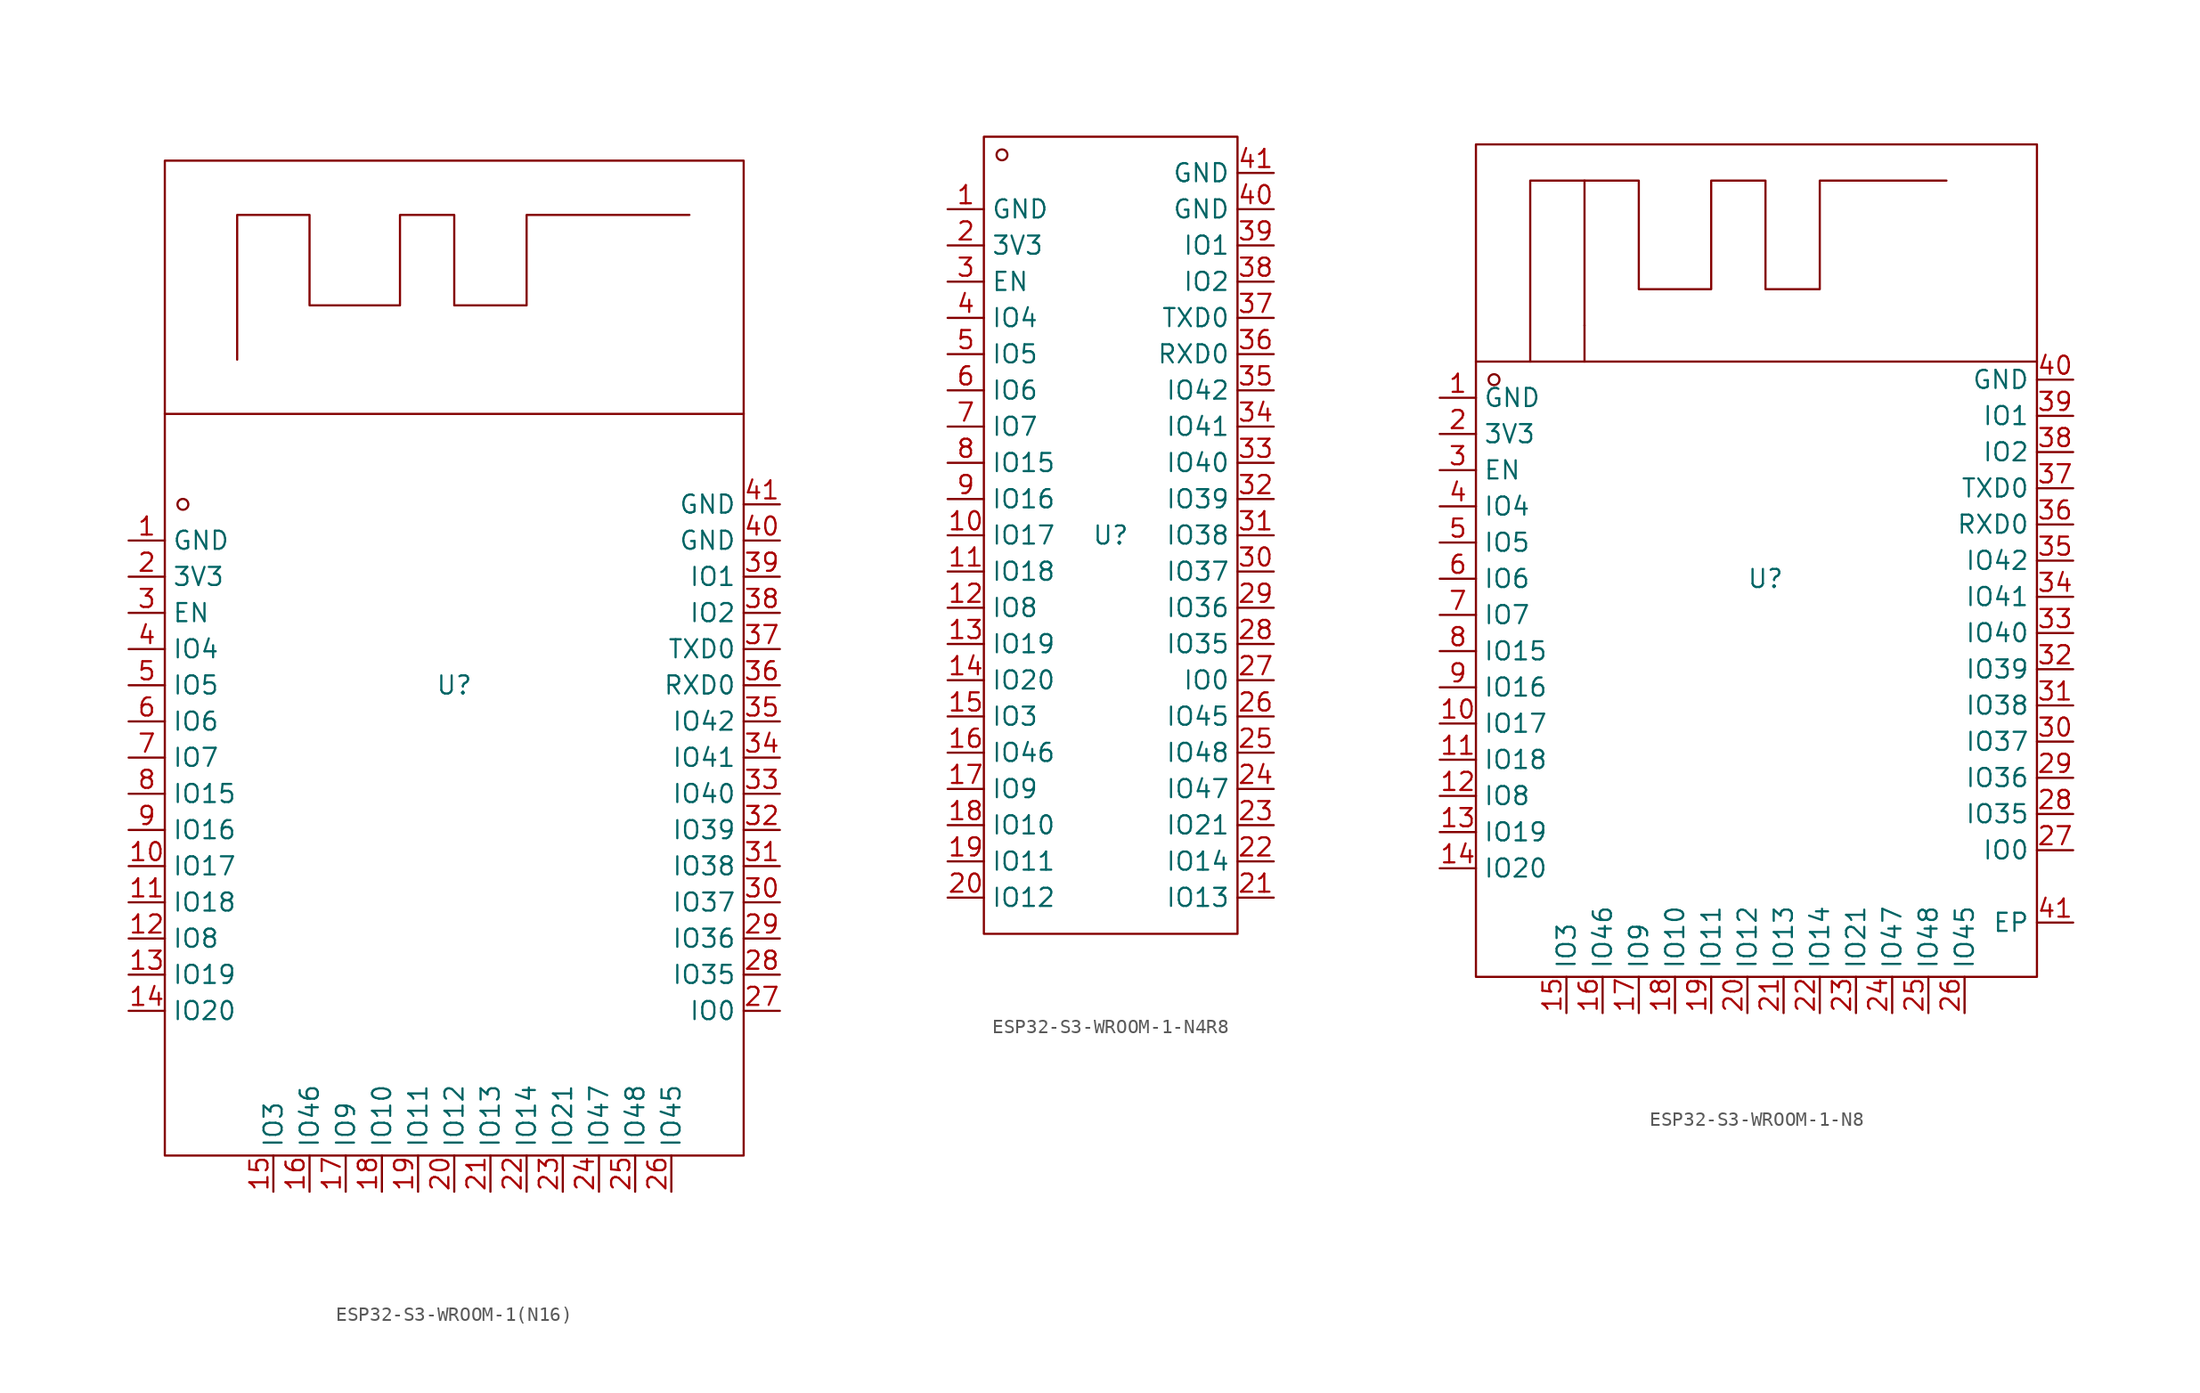
<source format=kicad_sym>
(kicad_symbol_lib
  (version 20231120)
  (generator "kicad_symbol_editor")
  (generator_version "8.0")
  (symbol "ESP32-S3-WROOM-1(N16)"
    (property "Reference" "U"
      (at 0 0 0)
      (effects (font (size 1.27 1.27))))
    (property "Value" ""
      (at 0 0 0)
      (effects (font (size 1.27 1.27))))
    (symbol "ESP32-S3-WROOM-1(N16)_1_0"
      (rectangle (start -20.32 -33.02) (end 20.32 36.83) (stroke (width 0) (type default)) (fill (type none)))
      (circle (center -19.05 12.7) (radius 0.381) (stroke (width 0) (type default)) (fill (type none)))
      (polyline (pts (xy 20.32 19.05) (xy -20.32 19.05)) (stroke (width 0) (type default)) (fill (type none)))
      (polyline (pts (xy -15.24 22.86) (xy -15.24 33.02) (xy -15.24 33.02) (xy -10.16 33.02) (xy -10.16 33.02) (xy -10.16 26.67) (xy -10.16 26.67) (xy -3.81 26.67) (xy -3.81 26.67) (xy -3.81 33.02) (xy -3.81 33.02) (xy 0 33.02) (xy 0 33.02) (xy 0 26.67) (xy 0 26.67) (xy 5.08 26.67) (xy 5.08 26.67) (xy 5.08 33.02) (xy 5.08 33.02) (xy 16.51 33.02)) (stroke (width 0) (type default)) (fill (type none)))
      (pin input line (at -22.86 10.16 0) (length 2.54) (name "GND" (effects (font (size 1.27 1.27)))) (number "1" (effects (font (size 1.27 1.27)))))
      (pin input line (at -22.86 -12.7 0) (length 2.54) (name "IO17" (effects (font (size 1.27 1.27)))) (number "10" (effects (font (size 1.27 1.27)))))
      (pin input line (at -22.86 -15.24 0) (length 2.54) (name "IO18" (effects (font (size 1.27 1.27)))) (number "11" (effects (font (size 1.27 1.27)))))
      (pin input line (at -22.86 -17.78 0) (length 2.54) (name "IO8" (effects (font (size 1.27 1.27)))) (number "12" (effects (font (size 1.27 1.27)))))
      (pin input line (at -22.86 -20.32 0) (length 2.54) (name "IO19" (effects (font (size 1.27 1.27)))) (number "13" (effects (font (size 1.27 1.27)))))
      (pin input line (at -22.86 -22.86 0) (length 2.54) (name "IO20" (effects (font (size 1.27 1.27)))) (number "14" (effects (font (size 1.27 1.27)))))
      (pin input line (at -12.7 -35.56 90) (length 2.54) (name "IO3" (effects (font (size 1.27 1.27)))) (number "15" (effects (font (size 1.27 1.27)))))
      (pin input line (at -10.16 -35.56 90) (length 2.54) (name "IO46" (effects (font (size 1.27 1.27)))) (number "16" (effects (font (size 1.27 1.27)))))
      (pin input line (at -7.62 -35.56 90) (length 2.54) (name "IO9" (effects (font (size 1.27 1.27)))) (number "17" (effects (font (size 1.27 1.27)))))
      (pin input line (at -5.08 -35.56 90) (length 2.54) (name "IO10" (effects (font (size 1.27 1.27)))) (number "18" (effects (font (size 1.27 1.27)))))
      (pin input line (at -2.54 -35.56 90) (length 2.54) (name "IO11" (effects (font (size 1.27 1.27)))) (number "19" (effects (font (size 1.27 1.27)))))
      (pin input line (at -22.86 7.62 0) (length 2.54) (name "3V3" (effects (font (size 1.27 1.27)))) (number "2" (effects (font (size 1.27 1.27)))))
      (pin input line (at 0 -35.56 90) (length 2.54) (name "IO12" (effects (font (size 1.27 1.27)))) (number "20" (effects (font (size 1.27 1.27)))))
      (pin input line (at 2.54 -35.56 90) (length 2.54) (name "IO13" (effects (font (size 1.27 1.27)))) (number "21" (effects (font (size 1.27 1.27)))))
      (pin input line (at 5.08 -35.56 90) (length 2.54) (name "IO14" (effects (font (size 1.27 1.27)))) (number "22" (effects (font (size 1.27 1.27)))))
      (pin input line (at 7.62 -35.56 90) (length 2.54) (name "IO21" (effects (font (size 1.27 1.27)))) (number "23" (effects (font (size 1.27 1.27)))))
      (pin input line (at 10.16 -35.56 90) (length 2.54) (name "IO47" (effects (font (size 1.27 1.27)))) (number "24" (effects (font (size 1.27 1.27)))))
      (pin input line (at 12.7 -35.56 90) (length 2.54) (name "IO48" (effects (font (size 1.27 1.27)))) (number "25" (effects (font (size 1.27 1.27)))))
      (pin input line (at 15.24 -35.56 90) (length 2.54) (name "IO45" (effects (font (size 1.27 1.27)))) (number "26" (effects (font (size 1.27 1.27)))))
      (pin input line (at 22.86 -22.86 180) (length 2.54) (name "IO0" (effects (font (size 1.27 1.27)))) (number "27" (effects (font (size 1.27 1.27)))))
      (pin input line (at 22.86 -20.32 180) (length 2.54) (name "IO35" (effects (font (size 1.27 1.27)))) (number "28" (effects (font (size 1.27 1.27)))))
      (pin input line (at 22.86 -17.78 180) (length 2.54) (name "IO36" (effects (font (size 1.27 1.27)))) (number "29" (effects (font (size 1.27 1.27)))))
      (pin input line (at -22.86 5.08 0) (length 2.54) (name "EN" (effects (font (size 1.27 1.27)))) (number "3" (effects (font (size 1.27 1.27)))))
      (pin input line (at 22.86 -15.24 180) (length 2.54) (name "IO37" (effects (font (size 1.27 1.27)))) (number "30" (effects (font (size 1.27 1.27)))))
      (pin input line (at 22.86 -12.7 180) (length 2.54) (name "IO38" (effects (font (size 1.27 1.27)))) (number "31" (effects (font (size 1.27 1.27)))))
      (pin input line (at 22.86 -10.16 180) (length 2.54) (name "IO39" (effects (font (size 1.27 1.27)))) (number "32" (effects (font (size 1.27 1.27)))))
      (pin input line (at 22.86 -7.62 180) (length 2.54) (name "IO40" (effects (font (size 1.27 1.27)))) (number "33" (effects (font (size 1.27 1.27)))))
      (pin input line (at 22.86 -5.08 180) (length 2.54) (name "IO41" (effects (font (size 1.27 1.27)))) (number "34" (effects (font (size 1.27 1.27)))))
      (pin input line (at 22.86 -2.54 180) (length 2.54) (name "IO42" (effects (font (size 1.27 1.27)))) (number "35" (effects (font (size 1.27 1.27)))))
      (pin input line (at 22.86 0 180) (length 2.54) (name "RXD0" (effects (font (size 1.27 1.27)))) (number "36" (effects (font (size 1.27 1.27)))))
      (pin input line (at 22.86 2.54 180) (length 2.54) (name "TXD0" (effects (font (size 1.27 1.27)))) (number "37" (effects (font (size 1.27 1.27)))))
      (pin input line (at 22.86 5.08 180) (length 2.54) (name "IO2" (effects (font (size 1.27 1.27)))) (number "38" (effects (font (size 1.27 1.27)))))
      (pin input line (at 22.86 7.62 180) (length 2.54) (name "IO1" (effects (font (size 1.27 1.27)))) (number "39" (effects (font (size 1.27 1.27)))))
      (pin input line (at -22.86 2.54 0) (length 2.54) (name "IO4" (effects (font (size 1.27 1.27)))) (number "4" (effects (font (size 1.27 1.27)))))
      (pin input line (at 22.86 10.16 180) (length 2.54) (name "GND" (effects (font (size 1.27 1.27)))) (number "40" (effects (font (size 1.27 1.27)))))
      (pin input line (at 22.86 12.7 180) (length 2.54) (name "GND" (effects (font (size 1.27 1.27)))) (number "41" (effects (font (size 1.27 1.27)))))
      (pin input line (at -22.86 0 0) (length 2.54) (name "IO5" (effects (font (size 1.27 1.27)))) (number "5" (effects (font (size 1.27 1.27)))))
      (pin input line (at -22.86 -2.54 0) (length 2.54) (name "IO6" (effects (font (size 1.27 1.27)))) (number "6" (effects (font (size 1.27 1.27)))))
      (pin input line (at -22.86 -5.08 0) (length 2.54) (name "IO7" (effects (font (size 1.27 1.27)))) (number "7" (effects (font (size 1.27 1.27)))))
      (pin input line (at -22.86 -7.62 0) (length 2.54) (name "IO15" (effects (font (size 1.27 1.27)))) (number "8" (effects (font (size 1.27 1.27)))))
      (pin input line (at -22.86 -10.16 0) (length 2.54) (name "IO16" (effects (font (size 1.27 1.27)))) (number "9" (effects (font (size 1.27 1.27)))))))
  (symbol "ESP32-S3-WROOM-1-N4R8"
    (property "Reference" "U"
      (at 0 0 0)
      (effects (font (size 1.27 1.27))))
    (property "Value" ""
      (at 0 0 0)
      (effects (font (size 1.27 1.27))))
    (symbol "ESP32-S3-WROOM-1-N4R8_1_0"
      (rectangle (start -8.89 -27.94) (end 8.89 27.94) (stroke (width 0) (type default)) (fill (type none)))
      (circle (center -7.62 26.67) (radius 0.381) (stroke (width 0) (type default)) (fill (type none)))
      (pin input line (at -11.43 22.86 0) (length 2.54) (name "GND" (effects (font (size 1.27 1.27)))) (number "1" (effects (font (size 1.27 1.27)))))
      (pin input line (at -11.43 0 0) (length 2.54) (name "IO17" (effects (font (size 1.27 1.27)))) (number "10" (effects (font (size 1.27 1.27)))))
      (pin input line (at -11.43 -2.54 0) (length 2.54) (name "IO18" (effects (font (size 1.27 1.27)))) (number "11" (effects (font (size 1.27 1.27)))))
      (pin input line (at -11.43 -5.08 0) (length 2.54) (name "IO8" (effects (font (size 1.27 1.27)))) (number "12" (effects (font (size 1.27 1.27)))))
      (pin input line (at -11.43 -7.62 0) (length 2.54) (name "IO19" (effects (font (size 1.27 1.27)))) (number "13" (effects (font (size 1.27 1.27)))))
      (pin input line (at -11.43 -10.16 0) (length 2.54) (name "IO20" (effects (font (size 1.27 1.27)))) (number "14" (effects (font (size 1.27 1.27)))))
      (pin input line (at -11.43 -12.7 0) (length 2.54) (name "IO3" (effects (font (size 1.27 1.27)))) (number "15" (effects (font (size 1.27 1.27)))))
      (pin input line (at -11.43 -15.24 0) (length 2.54) (name "IO46" (effects (font (size 1.27 1.27)))) (number "16" (effects (font (size 1.27 1.27)))))
      (pin input line (at -11.43 -17.78 0) (length 2.54) (name "IO9" (effects (font (size 1.27 1.27)))) (number "17" (effects (font (size 1.27 1.27)))))
      (pin input line (at -11.43 -20.32 0) (length 2.54) (name "IO10" (effects (font (size 1.27 1.27)))) (number "18" (effects (font (size 1.27 1.27)))))
      (pin input line (at -11.43 -22.86 0) (length 2.54) (name "IO11" (effects (font (size 1.27 1.27)))) (number "19" (effects (font (size 1.27 1.27)))))
      (pin input line (at -11.43 20.32 0) (length 2.54) (name "3V3" (effects (font (size 1.27 1.27)))) (number "2" (effects (font (size 1.27 1.27)))))
      (pin input line (at -11.43 -25.4 0) (length 2.54) (name "IO12" (effects (font (size 1.27 1.27)))) (number "20" (effects (font (size 1.27 1.27)))))
      (pin input line (at 11.43 -25.4 180) (length 2.54) (name "IO13" (effects (font (size 1.27 1.27)))) (number "21" (effects (font (size 1.27 1.27)))))
      (pin input line (at 11.43 -22.86 180) (length 2.54) (name "IO14" (effects (font (size 1.27 1.27)))) (number "22" (effects (font (size 1.27 1.27)))))
      (pin input line (at 11.43 -20.32 180) (length 2.54) (name "IO21" (effects (font (size 1.27 1.27)))) (number "23" (effects (font (size 1.27 1.27)))))
      (pin input line (at 11.43 -17.78 180) (length 2.54) (name "IO47" (effects (font (size 1.27 1.27)))) (number "24" (effects (font (size 1.27 1.27)))))
      (pin input line (at 11.43 -15.24 180) (length 2.54) (name "IO48" (effects (font (size 1.27 1.27)))) (number "25" (effects (font (size 1.27 1.27)))))
      (pin input line (at 11.43 -12.7 180) (length 2.54) (name "IO45" (effects (font (size 1.27 1.27)))) (number "26" (effects (font (size 1.27 1.27)))))
      (pin input line (at 11.43 -10.16 180) (length 2.54) (name "IO0" (effects (font (size 1.27 1.27)))) (number "27" (effects (font (size 1.27 1.27)))))
      (pin input line (at 11.43 -7.62 180) (length 2.54) (name "IO35" (effects (font (size 1.27 1.27)))) (number "28" (effects (font (size 1.27 1.27)))))
      (pin input line (at 11.43 -5.08 180) (length 2.54) (name "IO36" (effects (font (size 1.27 1.27)))) (number "29" (effects (font (size 1.27 1.27)))))
      (pin input line (at -11.43 17.78 0) (length 2.54) (name "EN" (effects (font (size 1.27 1.27)))) (number "3" (effects (font (size 1.27 1.27)))))
      (pin input line (at 11.43 -2.54 180) (length 2.54) (name "IO37" (effects (font (size 1.27 1.27)))) (number "30" (effects (font (size 1.27 1.27)))))
      (pin input line (at 11.43 0 180) (length 2.54) (name "IO38" (effects (font (size 1.27 1.27)))) (number "31" (effects (font (size 1.27 1.27)))))
      (pin input line (at 11.43 2.54 180) (length 2.54) (name "IO39" (effects (font (size 1.27 1.27)))) (number "32" (effects (font (size 1.27 1.27)))))
      (pin input line (at 11.43 5.08 180) (length 2.54) (name "IO40" (effects (font (size 1.27 1.27)))) (number "33" (effects (font (size 1.27 1.27)))))
      (pin input line (at 11.43 7.62 180) (length 2.54) (name "IO41" (effects (font (size 1.27 1.27)))) (number "34" (effects (font (size 1.27 1.27)))))
      (pin input line (at 11.43 10.16 180) (length 2.54) (name "IO42" (effects (font (size 1.27 1.27)))) (number "35" (effects (font (size 1.27 1.27)))))
      (pin input line (at 11.43 12.7 180) (length 2.54) (name "RXD0" (effects (font (size 1.27 1.27)))) (number "36" (effects (font (size 1.27 1.27)))))
      (pin input line (at 11.43 15.24 180) (length 2.54) (name "TXD0" (effects (font (size 1.27 1.27)))) (number "37" (effects (font (size 1.27 1.27)))))
      (pin input line (at 11.43 17.78 180) (length 2.54) (name "IO2" (effects (font (size 1.27 1.27)))) (number "38" (effects (font (size 1.27 1.27)))))
      (pin input line (at 11.43 20.32 180) (length 2.54) (name "IO1" (effects (font (size 1.27 1.27)))) (number "39" (effects (font (size 1.27 1.27)))))
      (pin input line (at -11.43 15.24 0) (length 2.54) (name "IO4" (effects (font (size 1.27 1.27)))) (number "4" (effects (font (size 1.27 1.27)))))
      (pin input line (at 11.43 22.86 180) (length 2.54) (name "GND" (effects (font (size 1.27 1.27)))) (number "40" (effects (font (size 1.27 1.27)))))
      (pin input line (at 11.43 25.4 180) (length 2.54) (name "GND" (effects (font (size 1.27 1.27)))) (number "41" (effects (font (size 1.27 1.27)))))
      (pin input line (at -11.43 12.7 0) (length 2.54) (name "IO5" (effects (font (size 1.27 1.27)))) (number "5" (effects (font (size 1.27 1.27)))))
      (pin input line (at -11.43 10.16 0) (length 2.54) (name "IO6" (effects (font (size 1.27 1.27)))) (number "6" (effects (font (size 1.27 1.27)))))
      (pin input line (at -11.43 7.62 0) (length 2.54) (name "IO7" (effects (font (size 1.27 1.27)))) (number "7" (effects (font (size 1.27 1.27)))))
      (pin input line (at -11.43 5.08 0) (length 2.54) (name "IO15" (effects (font (size 1.27 1.27)))) (number "8" (effects (font (size 1.27 1.27)))))
      (pin input line (at -11.43 2.54 0) (length 2.54) (name "IO16" (effects (font (size 1.27 1.27)))) (number "9" (effects (font (size 1.27 1.27)))))))
  (symbol "ESP32-S3-WROOM-1-N8"
    (property "Reference" "U"
      (at 0 0 0)
      (effects (font (size 1.27 1.27))))
    (symbol "ESP32-S3-WROOM-1-N8_1_0"
      (rectangle (start -20.32 -27.94) (end 19.05 30.48) (stroke (width 0) (type default)) (fill (type none)))
      (circle (center -19.05 13.97) (radius 0.381) (stroke (width 0) (type default)) (fill (type none)))
      (polyline (pts (xy -20.32 15.24) (xy 19.05 15.24)) (stroke (width 0) (type default)) (fill (type none)))
      (polyline (pts (xy -12.7 17.78) (xy -12.7 15.24)) (stroke (width 0) (type default)) (fill (type none)))
      (polyline (pts (xy -12.7 17.78) (xy -12.7 27.94)) (stroke (width 0) (type default)) (fill (type none)))
      (polyline (pts (xy -16.51 15.24) (xy -16.51 27.94) (xy -16.51 27.94) (xy -8.89 27.94) (xy -8.89 27.94) (xy -8.89 20.32) (xy -8.89 20.32) (xy -3.81 20.32) (xy -3.81 20.32) (xy -3.81 27.94) (xy -3.81 27.94) (xy 0 27.94) (xy 0 27.94) (xy 0 20.32) (xy 0 20.32) (xy 3.81 20.32) (xy 3.81 20.32) (xy 3.81 27.94) (xy 3.81 27.94) (xy 12.7 27.94)) (stroke (width 0) (type default)) (fill (type none)))
      (pin input line (at -22.86 12.7 0) (length 2.54) (name "GND" (effects (font (size 1.27 1.27)))) (number "1" (effects (font (size 1.27 1.27)))))
      (pin input line (at -22.86 -10.16 0) (length 2.54) (name "IO17" (effects (font (size 1.27 1.27)))) (number "10" (effects (font (size 1.27 1.27)))))
      (pin input line (at -22.86 -12.7 0) (length 2.54) (name "IO18" (effects (font (size 1.27 1.27)))) (number "11" (effects (font (size 1.27 1.27)))))
      (pin input line (at -22.86 -15.24 0) (length 2.54) (name "IO8" (effects (font (size 1.27 1.27)))) (number "12" (effects (font (size 1.27 1.27)))))
      (pin input line (at -22.86 -17.78 0) (length 2.54) (name "IO19" (effects (font (size 1.27 1.27)))) (number "13" (effects (font (size 1.27 1.27)))))
      (pin input line (at -22.86 -20.32 0) (length 2.54) (name "IO20" (effects (font (size 1.27 1.27)))) (number "14" (effects (font (size 1.27 1.27)))))
      (pin input line (at -13.97 -30.48 90) (length 2.54) (name "IO3" (effects (font (size 1.27 1.27)))) (number "15" (effects (font (size 1.27 1.27)))))
      (pin input line (at -11.43 -30.48 90) (length 2.54) (name "IO46" (effects (font (size 1.27 1.27)))) (number "16" (effects (font (size 1.27 1.27)))))
      (pin input line (at -8.89 -30.48 90) (length 2.54) (name "IO9" (effects (font (size 1.27 1.27)))) (number "17" (effects (font (size 1.27 1.27)))))
      (pin input line (at -6.35 -30.48 90) (length 2.54) (name "IO10" (effects (font (size 1.27 1.27)))) (number "18" (effects (font (size 1.27 1.27)))))
      (pin input line (at -3.81 -30.48 90) (length 2.54) (name "IO11" (effects (font (size 1.27 1.27)))) (number "19" (effects (font (size 1.27 1.27)))))
      (pin input line (at -22.86 10.16 0) (length 2.54) (name "3V3" (effects (font (size 1.27 1.27)))) (number "2" (effects (font (size 1.27 1.27)))))
      (pin input line (at -1.27 -30.48 90) (length 2.54) (name "IO12" (effects (font (size 1.27 1.27)))) (number "20" (effects (font (size 1.27 1.27)))))
      (pin input line (at 1.27 -30.48 90) (length 2.54) (name "IO13" (effects (font (size 1.27 1.27)))) (number "21" (effects (font (size 1.27 1.27)))))
      (pin input line (at 3.81 -30.48 90) (length 2.54) (name "IO14" (effects (font (size 1.27 1.27)))) (number "22" (effects (font (size 1.27 1.27)))))
      (pin input line (at 6.35 -30.48 90) (length 2.54) (name "IO21" (effects (font (size 1.27 1.27)))) (number "23" (effects (font (size 1.27 1.27)))))
      (pin input line (at 8.89 -30.48 90) (length 2.54) (name "IO47" (effects (font (size 1.27 1.27)))) (number "24" (effects (font (size 1.27 1.27)))))
      (pin input line (at 11.43 -30.48 90) (length 2.54) (name "IO48" (effects (font (size 1.27 1.27)))) (number "25" (effects (font (size 1.27 1.27)))))
      (pin input line (at 13.97 -30.48 90) (length 2.54) (name "IO45" (effects (font (size 1.27 1.27)))) (number "26" (effects (font (size 1.27 1.27)))))
      (pin input line (at 21.59 -19.05 180) (length 2.54) (name "IO0" (effects (font (size 1.27 1.27)))) (number "27" (effects (font (size 1.27 1.27)))))
      (pin input line (at 21.59 -16.51 180) (length 2.54) (name "IO35" (effects (font (size 1.27 1.27)))) (number "28" (effects (font (size 1.27 1.27)))))
      (pin input line (at 21.59 -13.97 180) (length 2.54) (name "IO36" (effects (font (size 1.27 1.27)))) (number "29" (effects (font (size 1.27 1.27)))))
      (pin input line (at -22.86 7.62 0) (length 2.54) (name "EN" (effects (font (size 1.27 1.27)))) (number "3" (effects (font (size 1.27 1.27)))))
      (pin input line (at 21.59 -11.43 180) (length 2.54) (name "IO37" (effects (font (size 1.27 1.27)))) (number "30" (effects (font (size 1.27 1.27)))))
      (pin input line (at 21.59 -8.89 180) (length 2.54) (name "IO38" (effects (font (size 1.27 1.27)))) (number "31" (effects (font (size 1.27 1.27)))))
      (pin input line (at 21.59 -6.35 180) (length 2.54) (name "IO39" (effects (font (size 1.27 1.27)))) (number "32" (effects (font (size 1.27 1.27)))))
      (pin input line (at 21.59 -3.81 180) (length 2.54) (name "IO40" (effects (font (size 1.27 1.27)))) (number "33" (effects (font (size 1.27 1.27)))))
      (pin input line (at 21.59 -1.27 180) (length 2.54) (name "IO41" (effects (font (size 1.27 1.27)))) (number "34" (effects (font (size 1.27 1.27)))))
      (pin input line (at 21.59 1.27 180) (length 2.54) (name "IO42" (effects (font (size 1.27 1.27)))) (number "35" (effects (font (size 1.27 1.27)))))
      (pin input line (at 21.59 3.81 180) (length 2.54) (name "RXD0" (effects (font (size 1.27 1.27)))) (number "36" (effects (font (size 1.27 1.27)))))
      (pin input line (at 21.59 6.35 180) (length 2.54) (name "TXD0" (effects (font (size 1.27 1.27)))) (number "37" (effects (font (size 1.27 1.27)))))
      (pin input line (at 21.59 8.89 180) (length 2.54) (name "IO2" (effects (font (size 1.27 1.27)))) (number "38" (effects (font (size 1.27 1.27)))))
      (pin input line (at 21.59 11.43 180) (length 2.54) (name "IO1" (effects (font (size 1.27 1.27)))) (number "39" (effects (font (size 1.27 1.27)))))
      (pin input line (at -22.86 5.08 0) (length 2.54) (name "IO4" (effects (font (size 1.27 1.27)))) (number "4" (effects (font (size 1.27 1.27)))))
      (pin input line (at 21.59 13.97 180) (length 2.54) (name "GND" (effects (font (size 1.27 1.27)))) (number "40" (effects (font (size 1.27 1.27)))))
      (pin input line (at 21.59 -24.13 180) (length 2.54) (name "EP" (effects (font (size 1.27 1.27)))) (number "41" (effects (font (size 1.27 1.27)))))
      (pin input line (at -22.86 2.54 0) (length 2.54) (name "IO5" (effects (font (size 1.27 1.27)))) (number "5" (effects (font (size 1.27 1.27)))))
      (pin input line (at -22.86 0 0) (length 2.54) (name "IO6" (effects (font (size 1.27 1.27)))) (number "6" (effects (font (size 1.27 1.27)))))
      (pin input line (at -22.86 -2.54 0) (length 2.54) (name "IO7" (effects (font (size 1.27 1.27)))) (number "7" (effects (font (size 1.27 1.27)))))
      (pin input line (at -22.86 -5.08 0) (length 2.54) (name "IO15" (effects (font (size 1.27 1.27)))) (number "8" (effects (font (size 1.27 1.27)))))
      (pin input line (at -22.86 -7.62 0) (length 2.54) (name "IO16" (effects (font (size 1.27 1.27)))) (number "9" (effects (font (size 1.27 1.27))))))))
</source>
